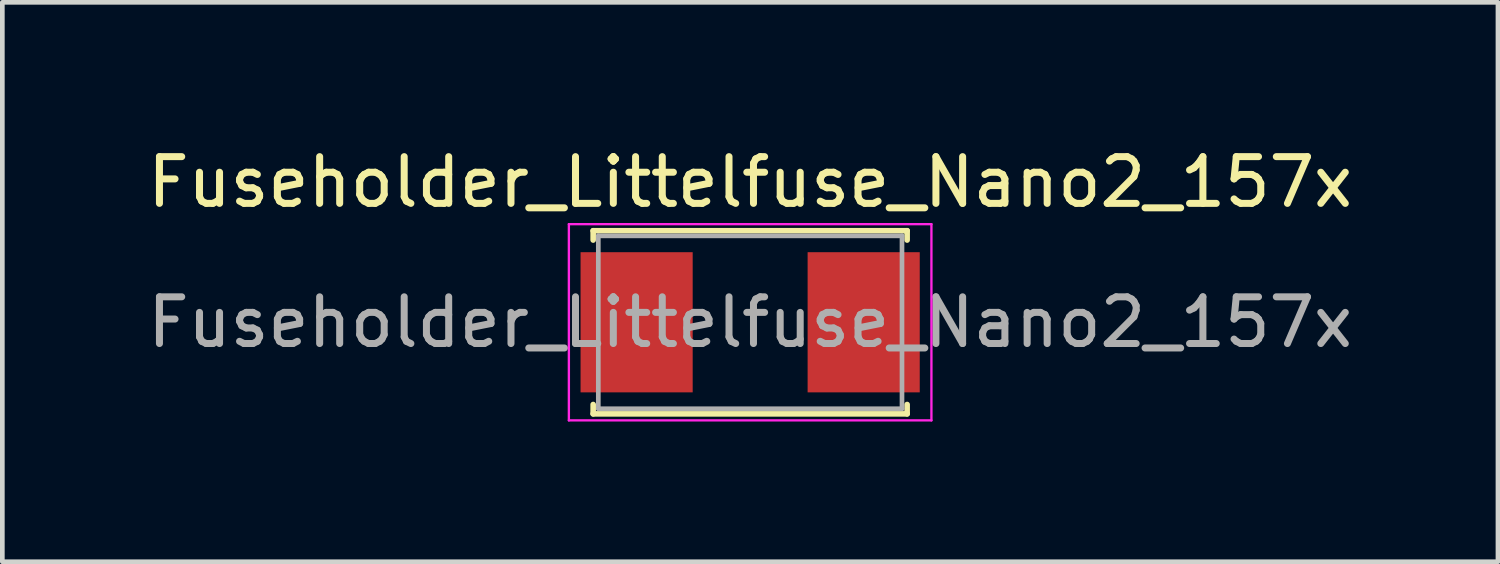
<source format=kicad_pcb>
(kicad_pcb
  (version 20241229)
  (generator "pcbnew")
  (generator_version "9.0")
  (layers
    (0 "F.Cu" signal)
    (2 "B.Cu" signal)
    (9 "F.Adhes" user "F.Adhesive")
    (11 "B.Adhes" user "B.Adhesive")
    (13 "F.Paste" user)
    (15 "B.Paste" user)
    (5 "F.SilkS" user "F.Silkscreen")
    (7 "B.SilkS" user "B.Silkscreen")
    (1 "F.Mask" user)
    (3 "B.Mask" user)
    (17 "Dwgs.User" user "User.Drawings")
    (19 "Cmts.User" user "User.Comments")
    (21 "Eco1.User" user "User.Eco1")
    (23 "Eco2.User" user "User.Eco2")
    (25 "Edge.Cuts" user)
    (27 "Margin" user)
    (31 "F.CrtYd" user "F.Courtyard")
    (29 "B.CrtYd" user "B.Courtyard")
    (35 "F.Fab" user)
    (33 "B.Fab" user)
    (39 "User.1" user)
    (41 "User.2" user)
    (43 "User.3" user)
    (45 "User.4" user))
  (footprint "Fuseholder_Littelfuse_Nano2_157x"
    (layer "F.Cu")
    (at 13.006 3.848)
    (property "Reference" "Fuseholder_Littelfuse_Nano2_157x" (at 0 -3 0) (layer "F.SilkS") (effects (font (size 1 1) (thickness 0.15))))
    (attr smd)
    (fp_line (start -3.36 -1.96) (end -3.36 -1.76) (stroke (width 0.12) (type solid)) (layer "F.SilkS"))
    (fp_line (start -3.36 -1.96) (end 3.36 -1.96) (stroke (width 0.12) (type solid)) (layer "F.SilkS"))
    (fp_line (start -3.36 1.76) (end -3.36 1.96) (stroke (width 0.12) (type solid)) (layer "F.SilkS"))
    (fp_line (start -3.36 1.96) (end 3.36 1.96) (stroke (width 0.12) (type solid)) (layer "F.SilkS"))
    (fp_line (start 3.36 -1.96) (end 3.36 -1.76) (stroke (width 0.12) (type solid)) (layer "F.SilkS"))
    (fp_line (start 3.36 1.76) (end 3.36 1.96) (stroke (width 0.12) (type solid)) (layer "F.SilkS"))
    (fp_line (start -3.88 -2.1) (end -3.88 2.1) (stroke (width 0.05) (type solid)) (layer "F.CrtYd"))
    (fp_line (start -3.88 -2.1) (end 3.88 -2.1) (stroke (width 0.05) (type solid)) (layer "F.CrtYd"))
    (fp_line (start -3.88 2.1) (end 3.88 2.1) (stroke (width 0.05) (type solid)) (layer "F.CrtYd"))
    (fp_line (start 3.88 -2.1) (end 3.88 2.1) (stroke (width 0.05) (type solid)) (layer "F.CrtYd"))
    (fp_line (start -3.25 -1.85) (end -3.25 1.85) (stroke (width 0.1) (type solid)) (layer "F.Fab"))
    (fp_line (start -3.25 -1.85) (end 3.25 -1.85) (stroke (width 0.1) (type solid)) (layer "F.Fab"))
    (fp_line (start -3.25 1.85) (end 3.25 1.85) (stroke (width 0.1) (type solid)) (layer "F.Fab"))
    (fp_line (start 3.25 -1.85) (end 3.25 1.85) (stroke (width 0.1) (type solid)) (layer "F.Fab"))
    (fp_text user "${REFERENCE}" (at 0 0 0) (layer "F.Fab") (effects (font (size 1 1) (thickness 0.15))))
    (pad "1" smd rect (at -2.43 0) (size 2.4 3) (layers "F.Cu" "F.Mask" "F.Paste"))
    (pad "2" smd rect (at 2.43 0) (size 2.4 3) (layers "F.Cu" "F.Mask" "F.Paste")))
  (gr_rect
    (start -3 -3)
    (end 29.012 8.973)
    (stroke (width 0.1) (type default))
    (fill no)
    (layer "Edge.Cuts")))
</source>
